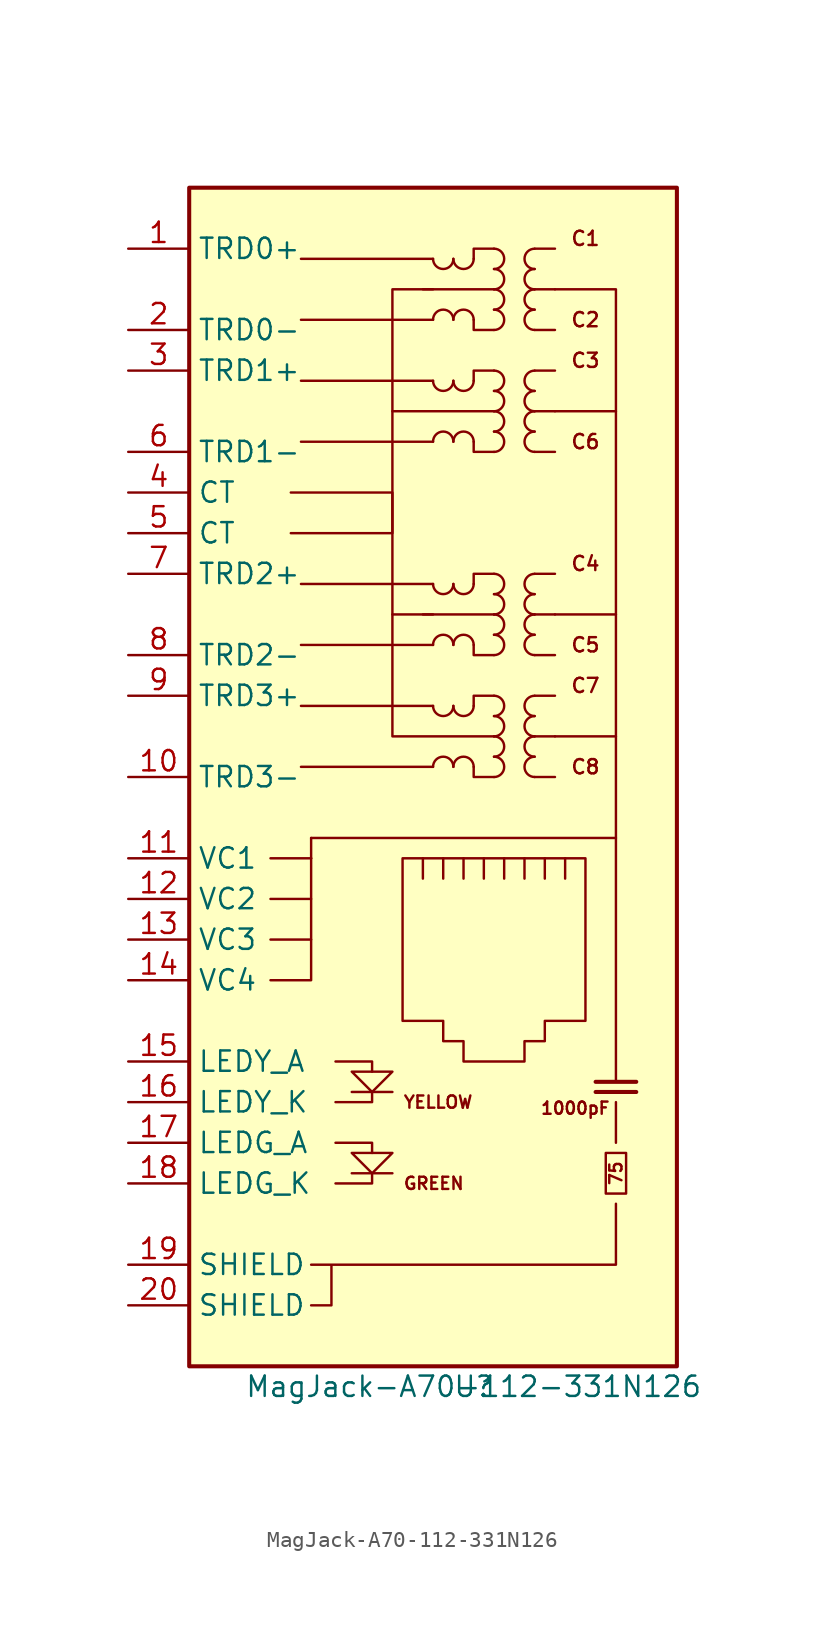
<source format=kicad_sym>
(kicad_symbol_lib
  (version 20201005)
  (generator kicad_symbol_editor)
  (symbol "AP3000:MagJack-A70-112-331N126"
    (property "Reference" "U"
      (at 0 0 0)
      (effects (font (size 1.27 1.27))))
    (property "Value" "MagJack-A70-112-331N126"
      (at 0 0 0)
      (effects (font (size 1.27 1.27))))
    (symbol "MagJack-A70-112-331N126_0_1"
      (polyline (pts (xy 1.27 40.64) (xy -5.08 40.64) (xy -5.08 48.26) (xy -2.54 48.26) (xy -5.08 48.26)) (stroke (width 0)) (fill (type none)))
      (polyline (pts (xy 1.27 60.96) (xy -5.08 60.96) (xy -5.08 68.58) (xy -2.54 68.58) (xy -5.08 68.58)) (stroke (width 0)) (fill (type none))))
    (symbol "MagJack-A70-112-331N126_1_1"
      (arc (start -1.27 38.735) (end -2.54 38.735) (radius (at -1.905 38.735) (length 0.635) (angles 0.1 179.9)) (stroke (width 0)) (fill (type none)))
      (arc (start -2.54 42.545) (end -1.27 42.545) (radius (at -1.905 42.545) (length 0.635) (angles -179.9 -0.1)) (stroke (width 0)) (fill (type none)))
      (arc (start -1.27 46.355) (end -2.54 46.355) (radius (at -1.905 46.355) (length 0.635) (angles 0.1 179.9)) (stroke (width 0)) (fill (type none)))
      (arc (start -2.54 50.165) (end -1.27 50.165) (radius (at -1.905 50.165) (length 0.635) (angles -179.9 -0.1)) (stroke (width 0)) (fill (type none)))
      (arc (start -1.27 59.055) (end -2.54 59.055) (radius (at -1.905 59.055) (length 0.635) (angles 0.1 179.9)) (stroke (width 0)) (fill (type none)))
      (arc (start -2.54 62.865) (end -1.27 62.865) (radius (at -1.905 62.865) (length 0.635) (angles -179.9 -0.1)) (stroke (width 0)) (fill (type none)))
      (arc (start -1.27 66.675) (end -2.54 66.675) (radius (at -1.905 66.675) (length 0.635) (angles 0.1 179.9)) (stroke (width 0)) (fill (type none)))
      (arc (start -2.54 70.485) (end -1.27 70.485) (radius (at -1.905 70.485) (length 0.635) (angles -179.9 -0.1)) (stroke (width 0)) (fill (type none)))
      (arc (start 0 38.735) (end -1.27 38.735) (radius (at -0.635 38.735) (length 0.635) (angles 0.1 179.9)) (stroke (width 0)) (fill (type none)))
      (arc (start -1.27 42.545) (end 0 42.545) (radius (at -0.635 42.545) (length 0.635) (angles -179.9 -0.1)) (stroke (width 0)) (fill (type none)))
      (arc (start 0 46.355) (end -1.27 46.355) (radius (at -0.635 46.355) (length 0.635) (angles 0.1 179.9)) (stroke (width 0)) (fill (type none)))
      (arc (start -1.27 50.165) (end 0 50.165) (radius (at -0.635 50.165) (length 0.635) (angles -179.9 -0.1)) (stroke (width 0)) (fill (type none)))
      (arc (start 0 59.055) (end -1.27 59.055) (radius (at -0.635 59.055) (length 0.635) (angles 0.1 179.9)) (stroke (width 0)) (fill (type none)))
      (arc (start -1.27 62.865) (end 0 62.865) (radius (at -0.635 62.865) (length 0.635) (angles -179.9 -0.1)) (stroke (width 0)) (fill (type none)))
      (arc (start 0 66.675) (end -1.27 66.675) (radius (at -0.635 66.675) (length 0.635) (angles 0.1 179.9)) (stroke (width 0)) (fill (type none)))
      (arc (start -1.27 70.485) (end 0 70.485) (radius (at -0.635 70.485) (length 0.635) (angles -179.9 -0.1)) (stroke (width 0)) (fill (type none)))
      (arc (start 1.27 38.1) (end 1.27 39.37) (radius (at 1.27 38.735) (length 0.635) (angles -89.9 89.9)) (stroke (width 0)) (fill (type none)))
      (arc (start 1.27 39.37) (end 1.27 40.64) (radius (at 1.27 40.005) (length 0.635) (angles -89.9 89.9)) (stroke (width 0)) (fill (type none)))
      (arc (start 1.27 40.64) (end 1.27 41.91) (radius (at 1.27 41.275) (length 0.635) (angles -89.9 89.9)) (stroke (width 0)) (fill (type none)))
      (arc (start 1.27 41.91) (end 1.27 43.18) (radius (at 1.27 42.545) (length 0.635) (angles -89.9 89.9)) (stroke (width 0)) (fill (type none)))
      (arc (start 1.27 45.72) (end 1.27 46.99) (radius (at 1.27 46.355) (length 0.635) (angles -89.9 89.9)) (stroke (width 0)) (fill (type none)))
      (arc (start 1.27 46.99) (end 1.27 48.26) (radius (at 1.27 47.625) (length 0.635) (angles -89.9 89.9)) (stroke (width 0)) (fill (type none)))
      (arc (start 1.27 48.26) (end 1.27 49.53) (radius (at 1.27 48.895) (length 0.635) (angles -89.9 89.9)) (stroke (width 0)) (fill (type none)))
      (arc (start 1.27 49.53) (end 1.27 50.8) (radius (at 1.27 50.165) (length 0.635) (angles -89.9 89.9)) (stroke (width 0)) (fill (type none)))
      (arc (start 1.27 58.42) (end 1.27 59.69) (radius (at 1.27 59.055) (length 0.635) (angles -89.9 89.9)) (stroke (width 0)) (fill (type none)))
      (arc (start 1.27 59.69) (end 1.27 60.96) (radius (at 1.27 60.325) (length 0.635) (angles -89.9 89.9)) (stroke (width 0)) (fill (type none)))
      (arc (start 1.27 60.96) (end 1.27 62.23) (radius (at 1.27 61.595) (length 0.635) (angles -89.9 89.9)) (stroke (width 0)) (fill (type none)))
      (arc (start 1.27 62.23) (end 1.27 63.5) (radius (at 1.27 62.865) (length 0.635) (angles -89.9 89.9)) (stroke (width 0)) (fill (type none)))
      (arc (start 1.27 66.04) (end 1.27 67.31) (radius (at 1.27 66.675) (length 0.635) (angles -89.9 89.9)) (stroke (width 0)) (fill (type none)))
      (arc (start 1.27 67.31) (end 1.27 68.58) (radius (at 1.27 67.945) (length 0.635) (angles -89.9 89.9)) (stroke (width 0)) (fill (type none)))
      (arc (start 1.27 68.58) (end 1.27 69.85) (radius (at 1.27 69.215) (length 0.635) (angles -89.9 89.9)) (stroke (width 0)) (fill (type none)))
      (arc (start 1.27 69.85) (end 1.27 71.12) (radius (at 1.27 70.485) (length 0.635) (angles -89.9 89.9)) (stroke (width 0)) (fill (type none)))
      (arc (start 3.81 39.37) (end 3.81 38.1) (radius (at 3.81 38.735) (length 0.635) (angles 90.1 -90.1)) (stroke (width 0)) (fill (type none)))
      (arc (start 3.81 40.64) (end 3.81 39.37) (radius (at 3.81 40.005) (length 0.635) (angles 90.1 -90.1)) (stroke (width 0)) (fill (type none)))
      (arc (start 3.81 41.91) (end 3.81 40.64) (radius (at 3.81 41.275) (length 0.635) (angles 90.1 -90.1)) (stroke (width 0)) (fill (type none)))
      (arc (start 3.81 43.18) (end 3.81 41.91) (radius (at 3.81 42.545) (length 0.635) (angles 90.1 -90.1)) (stroke (width 0)) (fill (type none)))
      (arc (start 3.81 46.99) (end 3.81 45.72) (radius (at 3.81 46.355) (length 0.635) (angles 90.1 -90.1)) (stroke (width 0)) (fill (type none)))
      (arc (start 3.81 48.26) (end 3.81 46.99) (radius (at 3.81 47.625) (length 0.635) (angles 90.1 -90.1)) (stroke (width 0)) (fill (type none)))
      (arc (start 3.81 49.53) (end 3.81 48.26) (radius (at 3.81 48.895) (length 0.635) (angles 90.1 -90.1)) (stroke (width 0)) (fill (type none)))
      (arc (start 3.81 50.8) (end 3.81 49.53) (radius (at 3.81 50.165) (length 0.635) (angles 90.1 -90.1)) (stroke (width 0)) (fill (type none)))
      (arc (start 3.81 59.69) (end 3.81 58.42) (radius (at 3.81 59.055) (length 0.635) (angles 90.1 -90.1)) (stroke (width 0)) (fill (type none)))
      (arc (start 3.81 60.96) (end 3.81 59.69) (radius (at 3.81 60.325) (length 0.635) (angles 90.1 -90.1)) (stroke (width 0)) (fill (type none)))
      (arc (start 3.81 62.23) (end 3.81 60.96) (radius (at 3.81 61.595) (length 0.635) (angles 90.1 -90.1)) (stroke (width 0)) (fill (type none)))
      (arc (start 3.81 63.5) (end 3.81 62.23) (radius (at 3.81 62.865) (length 0.635) (angles 90.1 -90.1)) (stroke (width 0)) (fill (type none)))
      (arc (start 3.81 67.31) (end 3.81 66.04) (radius (at 3.81 66.675) (length 0.635) (angles 90.1 -90.1)) (stroke (width 0)) (fill (type none)))
      (arc (start 3.81 68.58) (end 3.81 67.31) (radius (at 3.81 67.945) (length 0.635) (angles 90.1 -90.1)) (stroke (width 0)) (fill (type none)))
      (arc (start 3.81 69.85) (end 3.81 68.58) (radius (at 3.81 69.215) (length 0.635) (angles 90.1 -90.1)) (stroke (width 0)) (fill (type none)))
      (arc (start 3.81 71.12) (end 3.81 69.85) (radius (at 3.81 70.485) (length 0.635) (angles 90.1 -90.1)) (stroke (width 0)) (fill (type none)))
      (text "1000pF" (at 6.35 17.399 0) (effects (font (size 0.762 0.762))))
      (text "75" (at 8.89 13.335 900) (effects (font (size 0.762 0.762))))
      (text "C1" (at 6.985 71.755 0) (effects (font (size 0.889 0.889))))
      (text "C2" (at 6.985 66.675 0) (effects (font (size 0.889 0.889))))
      (text "C3" (at 6.985 64.135 0) (effects (font (size 0.889 0.889))))
      (text "C4" (at 6.985 51.435 0) (effects (font (size 0.889 0.889))))
      (text "C5" (at 6.985 46.355 0) (effects (font (size 0.889 0.889))))
      (text "C6" (at 6.985 59.055 0) (effects (font (size 0.889 0.889))))
      (text "C7" (at 6.985 43.815 0) (effects (font (size 0.889 0.889))))
      (text "C8" (at 6.985 38.735 0) (effects (font (size 0.889 0.889))))
      (text "GREEN" (at -4.445 12.7 0) (effects (font (size 0.762 0.762)) (justify left)))
      (text "YELLOW" (at -4.445 17.78 0) (effects (font (size 0.762 0.762)) (justify left)))
      (rectangle (start 9.525 12.065) (end 8.255 14.605) (stroke (width 0)) (fill (type none)))
      (rectangle (start -17.78 1.27) (end 12.7 74.93) (stroke (width 0.254)) (fill (type background)))
      (polyline (pts (xy -12.7 27.94) (xy -10.16 27.94)) (stroke (width 0)) (fill (type none)))
      (polyline (pts (xy -12.7 30.48) (xy -10.16 30.48)) (stroke (width 0)) (fill (type none)))
      (polyline (pts (xy -12.7 33.02) (xy -10.16 33.02)) (stroke (width 0)) (fill (type none)))
      (polyline (pts (xy -10.16 33.02) (xy -10.16 34.29)) (stroke (width 0)) (fill (type none)))
      (polyline (pts (xy -5.08 13.335) (xy -7.62 13.335)) (stroke (width 0)) (fill (type none)))
      (polyline (pts (xy -5.08 18.415) (xy -7.62 18.415)) (stroke (width 0)) (fill (type none)))
      (polyline (pts (xy -5.08 48.26) (xy -5.08 60.96)) (stroke (width 0)) (fill (type none)))
      (polyline (pts (xy -3.175 31.75) (xy -3.175 33.02)) (stroke (width 0)) (fill (type none)))
      (polyline (pts (xy -3.175 48.26) (xy 1.27 48.26)) (stroke (width 0)) (fill (type none)))
      (polyline (pts (xy -3.175 68.58) (xy 1.27 68.58)) (stroke (width 0)) (fill (type none)))
      (polyline (pts (xy -2.54 38.735) (xy -10.795 38.735)) (stroke (width 0)) (fill (type none)))
      (polyline (pts (xy -2.54 42.545) (xy -10.795 42.545)) (stroke (width 0)) (fill (type none)))
      (polyline (pts (xy -2.54 46.355) (xy -10.795 46.355)) (stroke (width 0)) (fill (type none)))
      (polyline (pts (xy -2.54 50.165) (xy -10.795 50.165)) (stroke (width 0)) (fill (type none)))
      (polyline (pts (xy -2.54 59.055) (xy -10.795 59.055)) (stroke (width 0)) (fill (type none)))
      (polyline (pts (xy -2.54 62.865) (xy -10.795 62.865)) (stroke (width 0)) (fill (type none)))
      (polyline (pts (xy -2.54 66.675) (xy -10.795 66.675)) (stroke (width 0)) (fill (type none)))
      (polyline (pts (xy -2.54 70.485) (xy -10.795 70.485)) (stroke (width 0)) (fill (type none)))
      (polyline (pts (xy -1.905 33.02) (xy -1.905 31.75)) (stroke (width 0)) (fill (type none)))
      (polyline (pts (xy -0.635 33.02) (xy -0.635 31.75)) (stroke (width 0)) (fill (type none)))
      (polyline (pts (xy 0.635 33.02) (xy 0.635 31.75)) (stroke (width 0)) (fill (type none)))
      (polyline (pts (xy 1.905 33.02) (xy 1.905 31.75)) (stroke (width 0)) (fill (type none)))
      (polyline (pts (xy 3.175 33.02) (xy 3.175 31.75)) (stroke (width 0)) (fill (type none)))
      (polyline (pts (xy 3.81 38.1) (xy 5.08 38.1)) (stroke (width 0)) (fill (type none)))
      (polyline (pts (xy 3.81 40.64) (xy 5.08 40.64)) (stroke (width 0)) (fill (type none)))
      (polyline (pts (xy 3.81 43.18) (xy 5.08 43.18)) (stroke (width 0)) (fill (type none)))
      (polyline (pts (xy 3.81 45.72) (xy 5.08 45.72)) (stroke (width 0)) (fill (type none)))
      (polyline (pts (xy 3.81 48.26) (xy 5.08 48.26)) (stroke (width 0)) (fill (type none)))
      (polyline (pts (xy 3.81 50.8) (xy 5.08 50.8)) (stroke (width 0)) (fill (type none)))
      (polyline (pts (xy 3.81 58.42) (xy 5.08 58.42)) (stroke (width 0)) (fill (type none)))
      (polyline (pts (xy 3.81 60.96) (xy 5.08 60.96)) (stroke (width 0)) (fill (type none)))
      (polyline (pts (xy 3.81 63.5) (xy 5.08 63.5)) (stroke (width 0)) (fill (type none)))
      (polyline (pts (xy 3.81 66.04) (xy 5.08 66.04)) (stroke (width 0)) (fill (type none)))
      (polyline (pts (xy 3.81 68.58) (xy 5.08 68.58)) (stroke (width 0)) (fill (type none)))
      (polyline (pts (xy 3.81 71.12) (xy 5.08 71.12)) (stroke (width 0)) (fill (type none)))
      (polyline (pts (xy 4.445 31.75) (xy 4.445 33.02)) (stroke (width 0)) (fill (type none)))
      (polyline (pts (xy 5.08 40.64) (xy 8.89 40.64)) (stroke (width 0)) (fill (type none)))
      (polyline (pts (xy 5.08 48.26) (xy 8.89 48.26)) (stroke (width 0)) (fill (type none)))
      (polyline (pts (xy 5.08 60.96) (xy 8.89 60.96)) (stroke (width 0)) (fill (type none)))
      (polyline (pts (xy 5.715 31.75) (xy 5.715 33.02)) (stroke (width 0)) (fill (type none)))
      (polyline (pts (xy 7.62 18.415) (xy 10.16 18.415)) (stroke (width 0.254)) (fill (type none)))
      (polyline (pts (xy 7.62 19.05) (xy 10.16 19.05)) (stroke (width 0.254)) (fill (type none)))
      (polyline (pts (xy 8.89 15.24) (xy 8.89 17.78)) (stroke (width 0)) (fill (type none)))
      (polyline (pts (xy 8.89 19.05) (xy 8.89 34.29)) (stroke (width 0)) (fill (type none)))
      (polyline (pts (xy -10.16 33.02) (xy -10.16 25.4) (xy -12.7 25.4)) (stroke (width 0)) (fill (type none)))
      (polyline (pts (xy -8.636 12.7) (xy -6.35 12.7) (xy -6.35 13.335)) (stroke (width 0)) (fill (type none)))
      (polyline (pts (xy -8.636 15.24) (xy -6.35 15.24) (xy -6.35 14.605)) (stroke (width 0)) (fill (type none)))
      (polyline (pts (xy -8.636 20.32) (xy -6.35 20.32) (xy -6.35 19.685)) (stroke (width 0)) (fill (type none)))
      (polyline (pts (xy -6.35 18.415) (xy -6.35 17.78) (xy -8.636 17.78)) (stroke (width 0)) (fill (type none)))
      (polyline (pts (xy 0 38.735) (xy 0 38.1) (xy 1.27 38.1)) (stroke (width 0)) (fill (type none)))
      (polyline (pts (xy 0 46.355) (xy 0 45.72) (xy 1.27 45.72)) (stroke (width 0)) (fill (type none)))
      (polyline (pts (xy 0 59.055) (xy 0 58.42) (xy 1.27 58.42)) (stroke (width 0)) (fill (type none)))
      (polyline (pts (xy 0 66.675) (xy 0 66.04) (xy 1.27 66.04)) (stroke (width 0)) (fill (type none)))
      (polyline (pts (xy 1.27 43.18) (xy 0 43.18) (xy 0 42.545)) (stroke (width 0)) (fill (type none)))
      (polyline (pts (xy 1.27 50.8) (xy 0 50.8) (xy 0 50.165)) (stroke (width 0)) (fill (type none)))
      (polyline (pts (xy 1.27 63.5) (xy 0 63.5) (xy 0 62.865)) (stroke (width 0)) (fill (type none)))
      (polyline (pts (xy 1.27 71.12) (xy 0 71.12) (xy 0 70.485)) (stroke (width 0)) (fill (type none)))
      (polyline (pts (xy -11.43 53.34) (xy -5.08 53.34) (xy -5.08 55.88) (xy -11.43 55.88)) (stroke (width 0)) (fill (type none)))
      (polyline (pts (xy -10.16 34.29) (xy 8.89 34.29) (xy 8.89 68.58) (xy 5.08 68.58)) (stroke (width 0)) (fill (type none)))
      (polyline (pts (xy -7.62 19.685) (xy -5.08 19.685) (xy -6.35 18.415) (xy -7.62 19.685)) (stroke (width 0)) (fill (type none)))
      (polyline (pts (xy -5.08 14.605) (xy -7.62 14.605) (xy -6.35 13.335) (xy -5.08 14.605)) (stroke (width 0)) (fill (type none)))
      (polyline (pts (xy -10.16 5.08) (xy -8.89 5.08) (xy -8.89 7.62) (xy -10.16 7.62) (xy -8.89 7.62) (xy 8.89 7.62) (xy 8.89 11.43)) (stroke (width 0)) (fill (type none)))
      (polyline (pts (xy -4.445 33.02) (xy 6.985 33.02) (xy 6.985 22.86) (xy 4.445 22.86) (xy 4.445 21.59) (xy 3.175 21.59) (xy 3.175 20.32) (xy -0.635 20.32) (xy -0.635 21.59) (xy -1.905 21.59) (xy -1.905 22.86) (xy -4.445 22.86) (xy -4.445 33.02)) (stroke (width 0)) (fill (type none)))
      (pin passive line (at -21.59 71.12 0) (length 3.81) (name "TRD0+" (effects (font (size 1.27 1.27)))) (number "1" (effects (font (size 1.27 1.27)))))
      (pin passive line (at -21.59 38.1 0) (length 3.81) (name "TRD3-" (effects (font (size 1.27 1.27)))) (number "10" (effects (font (size 1.27 1.27)))))
      (pin passive line (at -21.59 33.02 0) (length 3.81) (name "VC1" (effects (font (size 1.27 1.27)))) (number "11" (effects (font (size 1.27 1.27)))))
      (pin passive line (at -21.59 30.48 0) (length 3.81) (name "VC2" (effects (font (size 1.27 1.27)))) (number "12" (effects (font (size 1.27 1.27)))))
      (pin passive line (at -21.59 27.94 0) (length 3.81) (name "VC3" (effects (font (size 1.27 1.27)))) (number "13" (effects (font (size 1.27 1.27)))))
      (pin passive line (at -21.59 25.4 0) (length 3.81) (name "VC4" (effects (font (size 1.27 1.27)))) (number "14" (effects (font (size 1.27 1.27)))))
      (pin passive line (at -21.59 20.32 0) (length 3.81) (name "LEDY_A" (effects (font (size 1.27 1.27)))) (number "15" (effects (font (size 1.27 1.27)))))
      (pin passive line (at -21.59 17.78 0) (length 3.81) (name "LEDY_K" (effects (font (size 1.27 1.27)))) (number "16" (effects (font (size 1.27 1.27)))))
      (pin passive line (at -21.59 15.24 0) (length 3.81) (name "LEDG_A" (effects (font (size 1.27 1.27)))) (number "17" (effects (font (size 1.27 1.27)))))
      (pin passive line (at -21.59 12.7 0) (length 3.81) (name "LEDG_K" (effects (font (size 1.27 1.27)))) (number "18" (effects (font (size 1.27 1.27)))))
      (pin passive line (at -21.59 7.62 0) (length 3.81) (name "SHIELD" (effects (font (size 1.27 1.27)))) (number "19" (effects (font (size 1.27 1.27)))))
      (pin passive line (at -21.59 66.04 0) (length 3.81) (name "TRD0-" (effects (font (size 1.27 1.27)))) (number "2" (effects (font (size 1.27 1.27)))))
      (pin passive line (at -21.59 5.08 0) (length 3.81) (name "SHIELD" (effects (font (size 1.27 1.27)))) (number "20" (effects (font (size 1.27 1.27)))))
      (pin passive line (at -21.59 63.5 0) (length 3.81) (name "TRD1+" (effects (font (size 1.27 1.27)))) (number "3" (effects (font (size 1.27 1.27)))))
      (pin passive line (at -21.59 55.88 0) (length 3.81) (name "CT" (effects (font (size 1.27 1.27)))) (number "4" (effects (font (size 1.27 1.27)))))
      (pin passive line (at -21.59 53.34 0) (length 3.81) (name "CT" (effects (font (size 1.27 1.27)))) (number "5" (effects (font (size 1.27 1.27)))))
      (pin passive line (at -21.59 58.42 0) (length 3.81) (name "TRD1-" (effects (font (size 1.27 1.27)))) (number "6" (effects (font (size 1.27 1.27)))))
      (pin passive line (at -21.59 50.8 0) (length 3.81) (name "TRD2+" (effects (font (size 1.27 1.27)))) (number "7" (effects (font (size 1.27 1.27)))))
      (pin passive line (at -21.59 45.72 0) (length 3.81) (name "TRD2-" (effects (font (size 1.27 1.27)))) (number "8" (effects (font (size 1.27 1.27)))))
      (pin passive line (at -21.59 43.18 0) (length 3.81) (name "TRD3+" (effects (font (size 1.27 1.27)))) (number "9" (effects (font (size 1.27 1.27))))))))
</source>
